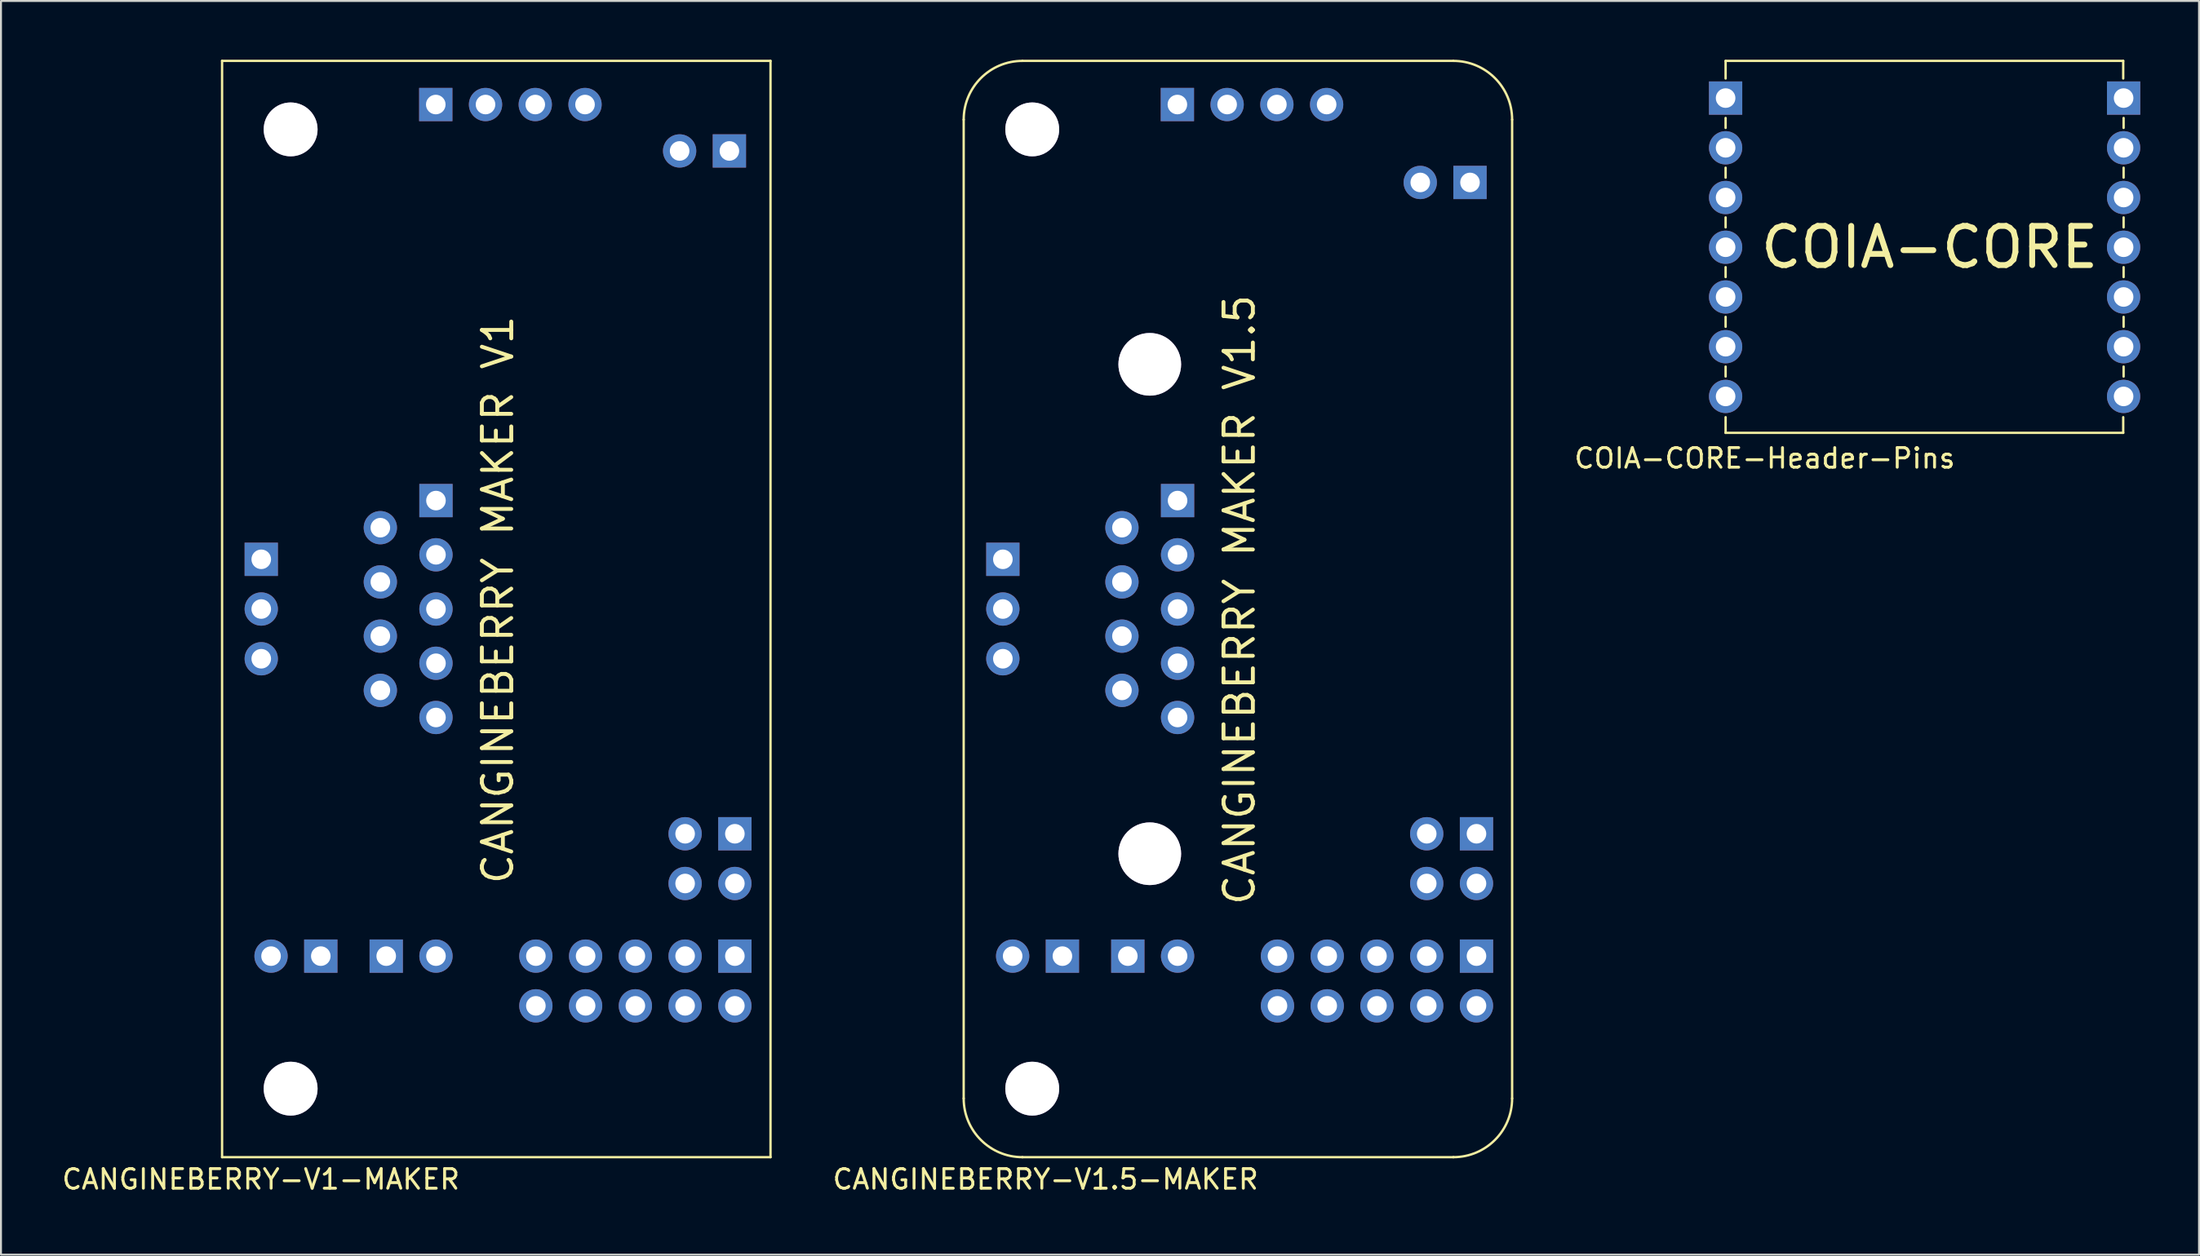
<source format=kicad_pcb>
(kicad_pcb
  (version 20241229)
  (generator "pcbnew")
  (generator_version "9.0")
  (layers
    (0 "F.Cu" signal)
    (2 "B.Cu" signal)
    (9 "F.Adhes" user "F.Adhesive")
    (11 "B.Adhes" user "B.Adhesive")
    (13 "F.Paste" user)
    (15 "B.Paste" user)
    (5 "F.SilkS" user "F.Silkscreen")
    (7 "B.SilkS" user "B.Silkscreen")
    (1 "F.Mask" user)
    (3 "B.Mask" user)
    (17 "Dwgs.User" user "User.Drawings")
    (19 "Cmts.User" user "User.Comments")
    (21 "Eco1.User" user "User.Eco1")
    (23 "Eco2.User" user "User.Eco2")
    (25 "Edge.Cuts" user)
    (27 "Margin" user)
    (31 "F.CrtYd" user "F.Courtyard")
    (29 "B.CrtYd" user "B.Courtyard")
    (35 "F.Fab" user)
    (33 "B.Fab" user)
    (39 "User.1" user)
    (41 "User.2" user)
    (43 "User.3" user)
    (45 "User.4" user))
  (footprint "CANGINEBERRY-V1-MAKER"
    (layer "F.Cu")
    (at 34.468 45.79)
    (property "Reference" "CANGINEBERRY-V1-MAKER" (at -24.2 11.4 0) (layer "F.SilkS") (effects (font (size 1 1) (thickness 0.15))))
    (attr through_hole)
    (fp_line (start -26.18 -45.73) (end -26.18 10.27) (stroke (width 0.12) (type solid)) (layer "F.SilkS"))
    (fp_line (start -26.18 -45.73) (end 1.82 -45.73) (stroke (width 0.12) (type solid)) (layer "F.SilkS"))
    (fp_line (start -26.18 10.27) (end 1.82 10.27) (stroke (width 0.12) (type solid)) (layer "F.SilkS"))
    (fp_line (start 1.82 -45.73) (end 1.82 10.27) (stroke (width 0.12) (type solid)) (layer "F.SilkS"))
    (fp_text user "CANGINEBERRY MAKER V1" (at -12.1 -18.2 90) (layer "F.SilkS") (effects (font (size 1.5 1.5) (thickness 0.2))))
    (pad "" thru_hole circle (at -22.68 -42.23) (size 2.75 2.75) (drill 2.75) (layers "*.Cu" "*.Mask"))
    (pad "" thru_hole circle (at -22.68 6.77) (size 2.75 2.75) (drill 2.75) (layers "*.Cu" "*.Mask"))
    (pad "1" thru_hole rect (at -15.27 -43.5) (size 1.7 1.7) (drill 1) (layers "*.Cu" "*.Mask"))
    (pad "2" thru_hole circle (at -12.73 -43.5) (size 1.7 1.7) (drill 1) (layers "*.Cu" "*.Mask"))
    (pad "3" thru_hole circle (at -10.19 -43.5) (size 1.7 1.7) (drill 1) (layers "*.Cu" "*.Mask"))
    (pad "4" thru_hole circle (at -7.65 -43.5) (size 1.7 1.7) (drill 1) (layers "*.Cu" "*.Mask"))
    (pad "5" thru_hole rect (at -24.18 -20.27) (size 1.7 1.7) (drill 1) (layers "*.Cu" "*.Mask"))
    (pad "6" thru_hole circle (at -24.18 -17.73) (size 1.7 1.7) (drill 1) (layers "*.Cu" "*.Mask"))
    (pad "7" thru_hole circle (at -24.18 -15.19) (size 1.7 1.7) (drill 1) (layers "*.Cu" "*.Mask"))
    (pad "8" thru_hole rect (at -17.8 0) (size 1.7 1.7) (drill 1) (layers "*.Cu" "*.Mask"))
    (pad "9" thru_hole circle (at -15.26 0) (size 1.7 1.7) (drill 1) (layers "*.Cu" "*.Mask"))
    (pad "10" thru_hole rect (at -21.14 0) (size 1.7 1.7) (drill 1) (layers "*.Cu" "*.Mask"))
    (pad "11" thru_hole circle (at -23.68 0) (size 1.7 1.7) (drill 1) (layers "*.Cu" "*.Mask"))
    (pad "12" thru_hole rect (at -0.28 -41.13) (size 1.7 1.7) (drill 1) (layers "*.Cu" "*.Mask"))
    (pad "13" thru_hole circle (at -2.82 -41.13) (size 1.7 1.7) (drill 1) (layers "*.Cu" "*.Mask"))
    (pad "14" thru_hole rect (at 0 -6.25) (size 1.7 1.7) (drill 1) (layers "*.Cu" "*.Mask"))
    (pad "15" thru_hole circle (at 0 -3.71) (size 1.7 1.7) (drill 1) (layers "*.Cu" "*.Mask"))
    (pad "16" thru_hole circle (at -2.54 -6.25) (size 1.7 1.7) (drill 1) (layers "*.Cu" "*.Mask"))
    (pad "17" thru_hole circle (at -2.54 -3.71) (size 1.7 1.7) (drill 1) (layers "*.Cu" "*.Mask"))
    (pad "18" thru_hole rect (at 0 0) (size 1.7 1.7) (drill 1) (layers "*.Cu" "*.Mask"))
    (pad "19" thru_hole circle (at 0 2.54) (size 1.7 1.7) (drill 1) (layers "*.Cu" "*.Mask"))
    (pad "20" thru_hole circle (at -2.54 0) (size 1.7 1.7) (drill 1) (layers "*.Cu" "*.Mask"))
    (pad "21" thru_hole circle (at -2.54 2.54) (size 1.7 1.7) (drill 1) (layers "*.Cu" "*.Mask"))
    (pad "22" thru_hole circle (at -5.08 0) (size 1.7 1.7) (drill 1) (layers "*.Cu" "*.Mask"))
    (pad "23" thru_hole circle (at -5.08 2.54) (size 1.7 1.7) (drill 1) (layers "*.Cu" "*.Mask"))
    (pad "24" thru_hole circle (at -7.62 0) (size 1.7 1.7) (drill 1) (layers "*.Cu" "*.Mask"))
    (pad "25" thru_hole circle (at -7.62 2.54) (size 1.7 1.7) (drill 1) (layers "*.Cu" "*.Mask"))
    (pad "26" thru_hole circle (at -10.16 0) (size 1.7 1.7) (drill 1) (layers "*.Cu" "*.Mask"))
    (pad "27" thru_hole circle (at -10.16 2.54) (size 1.7 1.7) (drill 1) (layers "*.Cu" "*.Mask"))
    (pad "28" thru_hole rect (at -15.26 -23.27) (size 1.7 1.7) (drill 1) (layers "*.Cu" "*.Mask"))
    (pad "29" thru_hole circle (at -15.26 -20.5) (size 1.7 1.7) (drill 1) (layers "*.Cu" "*.Mask"))
    (pad "30" thru_hole circle (at -15.26 -17.73) (size 1.7 1.7) (drill 1) (layers "*.Cu" "*.Mask"))
    (pad "31" thru_hole circle (at -15.26 -14.96) (size 1.7 1.7) (drill 1) (layers "*.Cu" "*.Mask"))
    (pad "32" thru_hole circle (at -15.26 -12.19) (size 1.7 1.7) (drill 1) (layers "*.Cu" "*.Mask"))
    (pad "33" thru_hole circle (at -18.1 -21.885) (size 1.7 1.7) (drill 1) (layers "*.Cu" "*.Mask"))
    (pad "34" thru_hole circle (at -18.1 -19.115) (size 1.7 1.7) (drill 1) (layers "*.Cu" "*.Mask"))
    (pad "35" thru_hole circle (at -18.1 -16.345) (size 1.7 1.7) (drill 1) (layers "*.Cu" "*.Mask"))
    (pad "36" thru_hole circle (at -18.1 -13.575) (size 1.7 1.7) (drill 1) (layers "*.Cu" "*.Mask")))
  (footprint "CANGINEBERRY-V1.5-MAKER"
    (layer "F.Cu")
    (at 72.33 45.79)
    (property "Reference" "CANGINEBERRY-V1.5-MAKER" (at -22 11.4 0) (layer "F.SilkS") (effects (font (size 1 1) (thickness 0.15))))
    (attr through_hole)
    (fp_line (start -26.18 -42.73) (end -26.18 7.27) (stroke (width 0.12) (type solid)) (layer "F.SilkS"))
    (fp_line (start -23.18 -45.73) (end -1.18 -45.73) (stroke (width 0.12) (type solid)) (layer "F.SilkS"))
    (fp_line (start -23.18 10.27) (end -1.18 10.27) (stroke (width 0.12) (type solid)) (layer "F.SilkS"))
    (fp_line (start 1.82 -42.73) (end 1.82 7.27) (stroke (width 0.12) (type solid)) (layer "F.SilkS"))
    (fp_arc (start -26.18 -42.73) (mid -25.30132 -44.85132) (end -23.18 -45.73) (stroke (width 0.12) (type solid)) (layer "F.SilkS"))
    (fp_arc (start -23.18 10.27) (mid -25.30132 9.39132) (end -26.18 7.27) (stroke (width 0.12) (type solid)) (layer "F.SilkS"))
    (fp_arc (start -1.18 -45.73) (mid 0.94132 -44.85132) (end 1.82 -42.73) (stroke (width 0.12) (type solid)) (layer "F.SilkS"))
    (fp_arc (start 1.82 7.27) (mid 0.94132 9.39132) (end -1.18 10.27) (stroke (width 0.12) (type solid)) (layer "F.SilkS"))
    (fp_text user "CANGINEBERRY MAKER V1.5" (at -12.1 -18.2 90) (layer "F.SilkS") (effects (font (size 1.5 1.5) (thickness 0.2))))
    (pad "" thru_hole circle (at -22.68 -42.23) (size 2.75 2.75) (drill 2.75) (layers "*.Cu" "*.Mask"))
    (pad "" thru_hole circle (at -22.68 6.77) (size 2.75 2.75) (drill 2.75) (layers "*.Cu" "*.Mask"))
    (pad "" thru_hole circle (at -16.68 -30.23) (size 3.2 3.2) (drill 3.2) (layers "*.Cu" "*.Mask"))
    (pad "" thru_hole circle (at -16.68 -5.23) (size 3.2 3.2) (drill 3.2) (layers "*.Cu" "*.Mask"))
    (pad "1" thru_hole rect (at -15.27 -43.5) (size 1.7 1.7) (drill 1) (layers "*.Cu" "*.Mask"))
    (pad "2" thru_hole circle (at -12.73 -43.5) (size 1.7 1.7) (drill 1) (layers "*.Cu" "*.Mask"))
    (pad "3" thru_hole circle (at -10.19 -43.5) (size 1.7 1.7) (drill 1) (layers "*.Cu" "*.Mask"))
    (pad "4" thru_hole circle (at -7.65 -43.5) (size 1.7 1.7) (drill 1) (layers "*.Cu" "*.Mask"))
    (pad "5" thru_hole rect (at -24.18 -20.27) (size 1.7 1.7) (drill 1) (layers "*.Cu" "*.Mask"))
    (pad "6" thru_hole circle (at -24.18 -17.73) (size 1.7 1.7) (drill 1) (layers "*.Cu" "*.Mask"))
    (pad "7" thru_hole circle (at -24.18 -15.19) (size 1.7 1.7) (drill 1) (layers "*.Cu" "*.Mask"))
    (pad "8" thru_hole rect (at -17.8 0) (size 1.7 1.7) (drill 1) (layers "*.Cu" "*.Mask"))
    (pad "9" thru_hole circle (at -15.26 0) (size 1.7 1.7) (drill 1) (layers "*.Cu" "*.Mask"))
    (pad "10" thru_hole rect (at -21.14 0) (size 1.7 1.7) (drill 1) (layers "*.Cu" "*.Mask"))
    (pad "11" thru_hole circle (at -23.68 0) (size 1.7 1.7) (drill 1) (layers "*.Cu" "*.Mask"))
    (pad "12" thru_hole rect (at -0.33 -39.52) (size 1.7 1.7) (drill 1) (layers "*.Cu" "*.Mask"))
    (pad "13" thru_hole circle (at -2.87 -39.52) (size 1.7 1.7) (drill 1) (layers "*.Cu" "*.Mask"))
    (pad "14" thru_hole rect (at 0 -6.25) (size 1.7 1.7) (drill 1) (layers "*.Cu" "*.Mask"))
    (pad "15" thru_hole circle (at 0 -3.71) (size 1.7 1.7) (drill 1) (layers "*.Cu" "*.Mask"))
    (pad "16" thru_hole circle (at -2.54 -6.25) (size 1.7 1.7) (drill 1) (layers "*.Cu" "*.Mask"))
    (pad "17" thru_hole circle (at -2.54 -3.71) (size 1.7 1.7) (drill 1) (layers "*.Cu" "*.Mask"))
    (pad "18" thru_hole rect (at 0 0) (size 1.7 1.7) (drill 1) (layers "*.Cu" "*.Mask"))
    (pad "19" thru_hole circle (at 0 2.54) (size 1.7 1.7) (drill 1) (layers "*.Cu" "*.Mask"))
    (pad "20" thru_hole circle (at -2.54 0) (size 1.7 1.7) (drill 1) (layers "*.Cu" "*.Mask"))
    (pad "21" thru_hole circle (at -2.54 2.54) (size 1.7 1.7) (drill 1) (layers "*.Cu" "*.Mask"))
    (pad "22" thru_hole circle (at -5.08 0) (size 1.7 1.7) (drill 1) (layers "*.Cu" "*.Mask"))
    (pad "23" thru_hole circle (at -5.08 2.54) (size 1.7 1.7) (drill 1) (layers "*.Cu" "*.Mask"))
    (pad "24" thru_hole circle (at -7.62 0) (size 1.7 1.7) (drill 1) (layers "*.Cu" "*.Mask"))
    (pad "25" thru_hole circle (at -7.62 2.54) (size 1.7 1.7) (drill 1) (layers "*.Cu" "*.Mask"))
    (pad "26" thru_hole circle (at -10.16 0) (size 1.7 1.7) (drill 1) (layers "*.Cu" "*.Mask"))
    (pad "27" thru_hole circle (at -10.16 2.54) (size 1.7 1.7) (drill 1) (layers "*.Cu" "*.Mask"))
    (pad "28" thru_hole rect (at -15.26 -23.27) (size 1.7 1.7) (drill 1) (layers "*.Cu" "*.Mask"))
    (pad "29" thru_hole circle (at -15.26 -20.5) (size 1.7 1.7) (drill 1) (layers "*.Cu" "*.Mask"))
    (pad "30" thru_hole circle (at -15.26 -17.73) (size 1.7 1.7) (drill 1) (layers "*.Cu" "*.Mask"))
    (pad "31" thru_hole circle (at -15.26 -14.96) (size 1.7 1.7) (drill 1) (layers "*.Cu" "*.Mask"))
    (pad "32" thru_hole circle (at -15.26 -12.19) (size 1.7 1.7) (drill 1) (layers "*.Cu" "*.Mask"))
    (pad "33" thru_hole circle (at -18.1 -21.885) (size 1.7 1.7) (drill 1) (layers "*.Cu" "*.Mask"))
    (pad "34" thru_hole circle (at -18.1 -19.115) (size 1.7 1.7) (drill 1) (layers "*.Cu" "*.Mask"))
    (pad "35" thru_hole circle (at -18.1 -16.345) (size 1.7 1.7) (drill 1) (layers "*.Cu" "*.Mask"))
    (pad "36" thru_hole circle (at -18.1 -13.575) (size 1.7 1.7) (drill 1) (layers "*.Cu" "*.Mask")))
  (footprint "COIA-CORE-Header-Pins"
    (layer "F.Cu")
    (at 85.049 1.96)
    (property "Reference" "COIA-CORE-Header-Pins" (at 2 18.4 0) (layer "F.SilkS") (effects (font (size 1 1) (thickness 0.15))))
    (attr through_hole)
    (fp_line (start 0 -1.9) (end 0 -1) (stroke (width 0.12) (type solid)) (layer "F.SilkS"))
    (fp_line (start 0 -1.9) (end 20.3 -1.9) (stroke (width 0.12) (type solid)) (layer "F.SilkS"))
    (fp_line (start 0 1.524) (end 0 1.016) (stroke (width 0.12) (type solid)) (layer "F.SilkS"))
    (fp_line (start 0 4.064) (end 0 3.556) (stroke (width 0.12) (type solid)) (layer "F.SilkS"))
    (fp_line (start 0 6.604) (end 0 6.096) (stroke (width 0.12) (type solid)) (layer "F.SilkS"))
    (fp_line (start 0 9.144) (end 0 8.636) (stroke (width 0.12) (type solid)) (layer "F.SilkS"))
    (fp_line (start 0 11.684) (end 0 11.176) (stroke (width 0.12) (type solid)) (layer "F.SilkS"))
    (fp_line (start 0 14.224) (end 0 13.716) (stroke (width 0.12) (type solid)) (layer "F.SilkS"))
    (fp_line (start 0 17.1) (end 0 16.3) (stroke (width 0.12) (type solid)) (layer "F.SilkS"))
    (fp_line (start 20.3 -1.9) (end 20.3 -1) (stroke (width 0.12) (type solid)) (layer "F.SilkS"))
    (fp_line (start 20.3 17.1) (end 0 17.1) (stroke (width 0.12) (type solid)) (layer "F.SilkS"))
    (fp_line (start 20.3 17.1) (end 20.3 16.3) (stroke (width 0.12) (type solid)) (layer "F.SilkS"))
    (fp_line (start 20.32 1.016) (end 20.32 1.524) (stroke (width 0.12) (type solid)) (layer "F.SilkS"))
    (fp_line (start 20.32 3.556) (end 20.32 4.064) (stroke (width 0.12) (type solid)) (layer "F.SilkS"))
    (fp_line (start 20.32 6.096) (end 20.32 6.604) (stroke (width 0.12) (type solid)) (layer "F.SilkS"))
    (fp_line (start 20.32 8.636) (end 20.32 9.144) (stroke (width 0.12) (type solid)) (layer "F.SilkS"))
    (fp_line (start 20.32 11.176) (end 20.32 11.684) (stroke (width 0.12) (type solid)) (layer "F.SilkS"))
    (fp_line (start 20.32 13.716) (end 20.32 14.224) (stroke (width 0.12) (type solid)) (layer "F.SilkS"))
    (fp_text user "COIA-CORE" (at 10.414 7.62 0) (layer "F.SilkS") (effects (font (size 2 2) (thickness 0.3))))
    (pad "1" thru_hole rect (at 0 0) (size 1.7 1.7) (drill 1) (layers "*.Cu" "*.Mask"))
    (pad "2" thru_hole circle (at 0 2.54) (size 1.7 1.7) (drill 1) (layers "*.Cu" "*.Mask"))
    (pad "3" thru_hole circle (at 0 5.08) (size 1.7 1.7) (drill 1) (layers "*.Cu" "*.Mask"))
    (pad "4" thru_hole circle (at 0 7.62) (size 1.7 1.7) (drill 1) (layers "*.Cu" "*.Mask"))
    (pad "5" thru_hole circle (at 0 10.16) (size 1.7 1.7) (drill 1) (layers "*.Cu" "*.Mask"))
    (pad "6" thru_hole circle (at 0 12.7) (size 1.7 1.7) (drill 1) (layers "*.Cu" "*.Mask"))
    (pad "7" thru_hole circle (at 0 15.24) (size 1.7 1.7) (drill 1) (layers "*.Cu" "*.Mask"))
    (pad "8" thru_hole circle (at 20.32 15.24) (size 1.7 1.7) (drill 1) (layers "*.Cu" "*.Mask"))
    (pad "9" thru_hole circle (at 20.32 12.7) (size 1.7 1.7) (drill 1) (layers "*.Cu" "*.Mask"))
    (pad "10" thru_hole circle (at 20.32 10.16) (size 1.7 1.7) (drill 1) (layers "*.Cu" "*.Mask"))
    (pad "11" thru_hole circle (at 20.32 7.62) (size 1.7 1.7) (drill 1) (layers "*.Cu" "*.Mask"))
    (pad "12" thru_hole circle (at 20.32 5.08) (size 1.7 1.7) (drill 1) (layers "*.Cu" "*.Mask"))
    (pad "13" thru_hole circle (at 20.32 2.54) (size 1.7 1.7) (drill 1) (layers "*.Cu" "*.Mask"))
    (pad "14" thru_hole rect (at 20.32 0) (size 1.7 1.7) (drill 1) (layers "*.Cu" "*.Mask")))
  (gr_rect
    (start -3 -3)
    (end 109.219 61.038)
    (stroke (width 0.1) (type default))
    (fill no)
    (layer "Edge.Cuts")))
</source>
